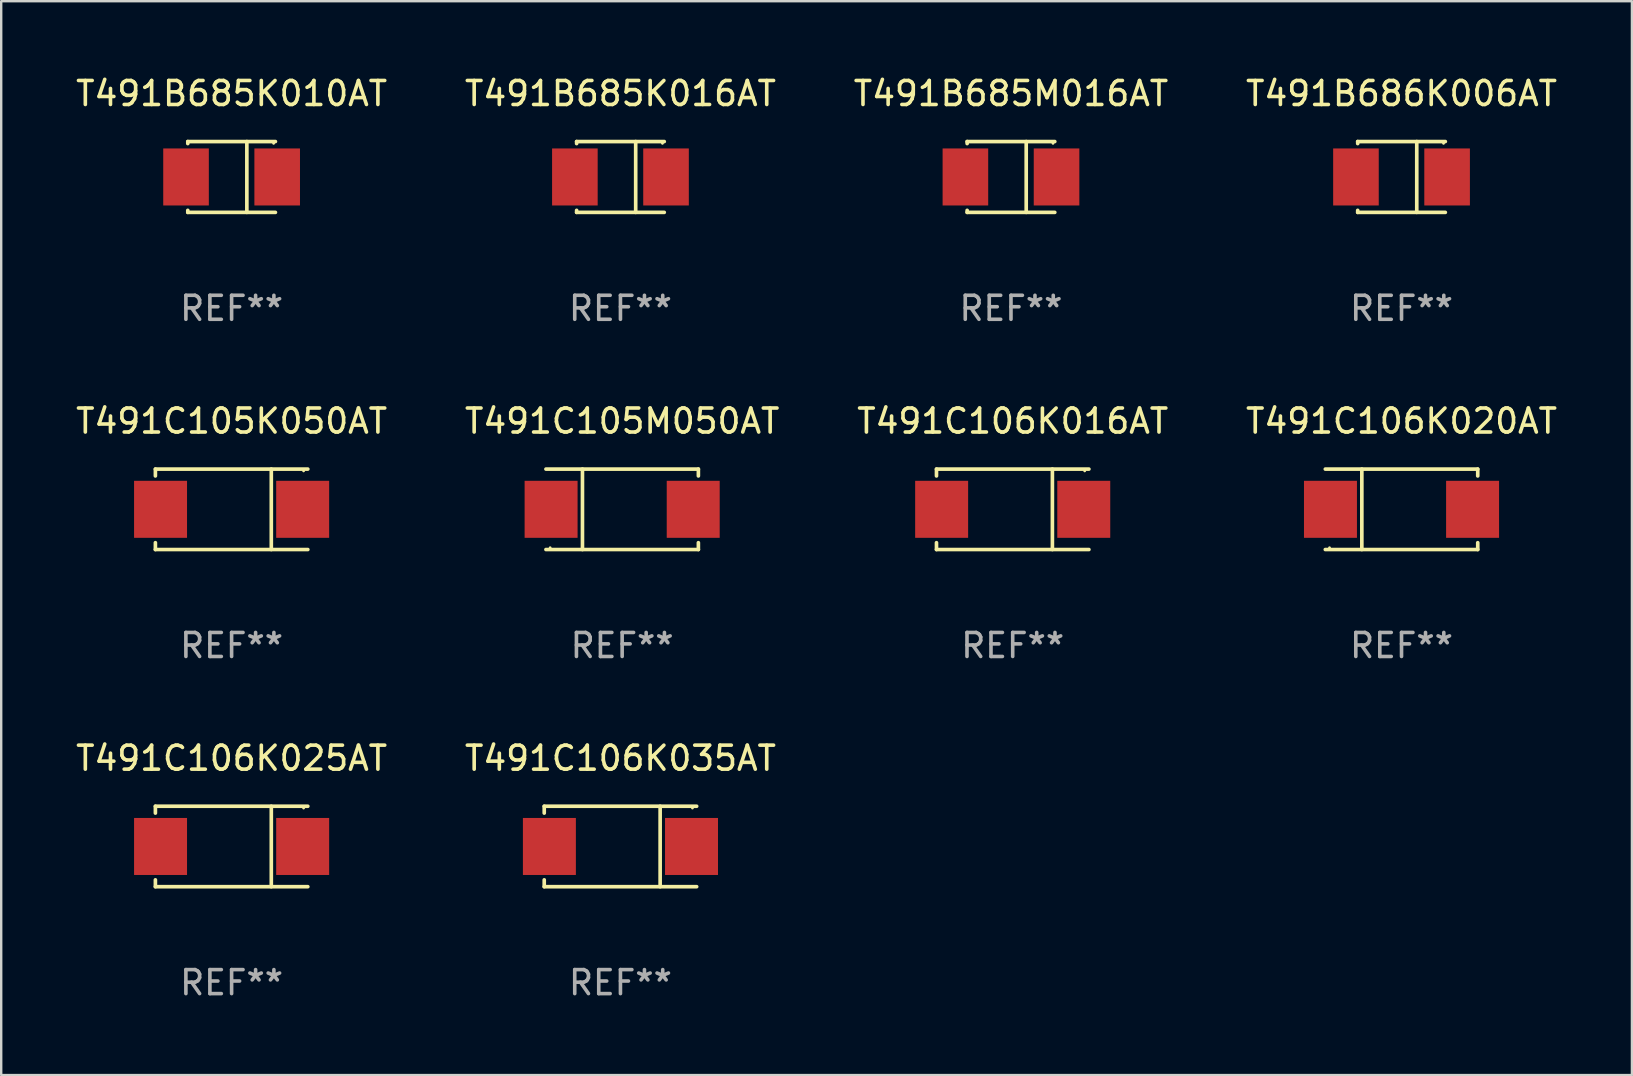
<source format=kicad_pcb>
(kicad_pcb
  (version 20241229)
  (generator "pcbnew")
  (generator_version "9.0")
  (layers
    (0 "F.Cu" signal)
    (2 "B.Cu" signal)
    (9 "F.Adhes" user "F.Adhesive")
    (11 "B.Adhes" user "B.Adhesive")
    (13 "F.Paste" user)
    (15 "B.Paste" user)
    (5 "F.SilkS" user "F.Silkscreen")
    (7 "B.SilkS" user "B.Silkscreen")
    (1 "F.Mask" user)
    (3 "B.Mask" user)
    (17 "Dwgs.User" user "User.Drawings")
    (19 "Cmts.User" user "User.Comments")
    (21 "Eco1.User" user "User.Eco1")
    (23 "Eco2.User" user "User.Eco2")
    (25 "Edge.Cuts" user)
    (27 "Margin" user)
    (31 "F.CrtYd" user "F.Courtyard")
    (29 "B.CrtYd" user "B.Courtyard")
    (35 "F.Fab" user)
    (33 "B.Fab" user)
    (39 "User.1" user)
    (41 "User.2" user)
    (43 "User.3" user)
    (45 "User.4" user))
  (footprint "T491C105M050AT"
    (layer "F.Cu")
    (at 22.875 18.173)
    (property "Reference" "T491C105M050AT" (at 0 -3.676 0) (layer "F.SilkS") (effects (font (size 1 1) (thickness 0.15))))
    (attr through_hole)
    (fp_line (start -1.654 1.676) (end -1.654 -1.676) (stroke (width 0.152) (type solid)) (layer "F.SilkS"))
    (fp_line (start 3.176 -1.676) (end -3.176 -1.676) (stroke (width 0.152) (type solid)) (layer "F.SilkS"))
    (fp_line (start 3.176 -1.676) (end 3.176 -1.391) (stroke (width 0.152) (type solid)) (layer "F.SilkS"))
    (fp_line (start 3.176 1.676) (end -3.176 1.676) (stroke (width 0.152) (type solid)) (layer "F.SilkS"))
    (fp_line (start 3.176 1.676) (end 3.176 1.391) (stroke (width 0.152) (type solid)) (layer "F.SilkS"))
    (fp_circle (center -3 1.6) (end -2.97 1.6) (stroke (width 0.06) (type solid)) (fill no) (layer "F.SilkS"))
    (fp_text user "REF**" (at 0 5.676 0) (layer "F.Fab") (effects (font (size 1 1) (thickness 0.15))))
    (pad "1" smd rect (at -2.961 -0.000051 180) (size 2.207 2.376) (layers "F.Cu" "F.Mask" "F.Paste"))
    (pad "2" smd rect (at 2.961 -0.000051 180) (size 2.207 2.376) (layers "F.Cu" "F.Mask" "F.Paste")))
  (footprint "T491B685K016AT"
    (layer "F.Cu")
    (at 22.804 4.324)
    (property "Reference" "T491B685K016AT" (at 0 -3.476 0) (layer "F.SilkS") (effects (font (size 1 1) (thickness 0.15))))
    (attr through_hole)
    (fp_line (start -1.826 -1.476) (end -1.826 -1.391) (stroke (width 0.152) (type solid)) (layer "F.SilkS"))
    (fp_line (start -1.826 -1.476) (end 1.826 -1.476) (stroke (width 0.152) (type solid)) (layer "F.SilkS"))
    (fp_line (start -1.826 1.476) (end -1.826 1.391) (stroke (width 0.152) (type solid)) (layer "F.SilkS"))
    (fp_line (start -1.826 1.476) (end 1.826 1.476) (stroke (width 0.152) (type solid)) (layer "F.SilkS"))
    (fp_line (start 0.635 -1.476) (end 0.635 1.476) (stroke (width 0.152) (type solid)) (layer "F.SilkS"))
    (fp_circle (center 1.75 -1.4) (end 1.78 -1.4) (stroke (width 0.06) (type solid)) (fill no) (layer "F.SilkS"))
    (fp_text user "REF**" (at 0 5.476 0) (layer "F.Fab") (effects (font (size 1 1) (thickness 0.15))))
    (pad "1" smd rect (at 1.899 0) (size 1.9 2.376) (layers "F.Cu" "F.Mask" "F.Paste"))
    (pad "2" smd rect (at -1.899 0) (size 1.9 2.376) (layers "F.Cu" "F.Mask" "F.Paste")))
  (footprint "T491C106K016AT"
    (layer "F.Cu")
    (at 39.149 18.173)
    (property "Reference" "T491C106K016AT" (at 0 -3.676 0) (layer "F.SilkS") (effects (font (size 1 1) (thickness 0.15))))
    (attr through_hole)
    (fp_line (start -3.176 -1.676) (end -3.176 -1.391) (stroke (width 0.152) (type solid)) (layer "F.SilkS"))
    (fp_line (start -3.176 -1.676) (end 3.176 -1.676) (stroke (width 0.152) (type solid)) (layer "F.SilkS"))
    (fp_line (start -3.176 1.676) (end -3.176 1.391) (stroke (width 0.152) (type solid)) (layer "F.SilkS"))
    (fp_line (start -3.176 1.676) (end 3.176 1.676) (stroke (width 0.152) (type solid)) (layer "F.SilkS"))
    (fp_line (start 1.654 -1.676) (end 1.654 1.676) (stroke (width 0.152) (type solid)) (layer "F.SilkS"))
    (fp_circle (center 3 -1.6) (end 3.03 -1.6) (stroke (width 0.06) (type solid)) (fill no) (layer "F.SilkS"))
    (fp_text user "REF**" (at 0 5.676 0) (layer "F.Fab") (effects (font (size 1 1) (thickness 0.15))))
    (pad "1" smd rect (at 2.961 0) (size 2.207 2.376) (layers "F.Cu" "F.Mask" "F.Paste"))
    (pad "2" smd rect (at -2.961 0) (size 2.207 2.376) (layers "F.Cu" "F.Mask" "F.Paste")))
  (footprint "T491C106K020AT"
    (layer "F.Cu")
    (at 55.351 18.173)
    (property "Reference" "T491C106K020AT" (at 0 -3.676 0) (layer "F.SilkS") (effects (font (size 1 1) (thickness 0.15))))
    (attr through_hole)
    (fp_line (start -1.654 1.676) (end -1.654 -1.676) (stroke (width 0.152) (type solid)) (layer "F.SilkS"))
    (fp_line (start 3.176 -1.676) (end -3.176 -1.676) (stroke (width 0.152) (type solid)) (layer "F.SilkS"))
    (fp_line (start 3.176 -1.676) (end 3.176 -1.391) (stroke (width 0.152) (type solid)) (layer "F.SilkS"))
    (fp_line (start 3.176 1.676) (end -3.176 1.676) (stroke (width 0.152) (type solid)) (layer "F.SilkS"))
    (fp_line (start 3.176 1.676) (end 3.176 1.391) (stroke (width 0.152) (type solid)) (layer "F.SilkS"))
    (fp_circle (center -3 1.6) (end -2.97 1.6) (stroke (width 0.06) (type solid)) (fill no) (layer "F.SilkS"))
    (fp_text user "REF**" (at 0 5.676 0) (layer "F.Fab") (effects (font (size 1 1) (thickness 0.15))))
    (pad "1" smd rect (at -2.961 -0.000051 180) (size 2.207 2.376) (layers "F.Cu" "F.Mask" "F.Paste"))
    (pad "2" smd rect (at 2.961 -0.000051 180) (size 2.207 2.376) (layers "F.Cu" "F.Mask" "F.Paste")))
  (footprint "T491C106K025AT"
    (layer "F.Cu")
    (at 6.601 32.222)
    (property "Reference" "T491C106K025AT" (at 0 -3.676 0) (layer "F.SilkS") (effects (font (size 1 1) (thickness 0.15))))
    (attr through_hole)
    (fp_line (start -3.176 -1.676) (end -3.176 -1.391) (stroke (width 0.152) (type solid)) (layer "F.SilkS"))
    (fp_line (start -3.176 -1.676) (end 3.176 -1.676) (stroke (width 0.152) (type solid)) (layer "F.SilkS"))
    (fp_line (start -3.176 1.676) (end -3.176 1.391) (stroke (width 0.152) (type solid)) (layer "F.SilkS"))
    (fp_line (start -3.176 1.676) (end 3.176 1.676) (stroke (width 0.152) (type solid)) (layer "F.SilkS"))
    (fp_line (start 1.654 -1.676) (end 1.654 1.676) (stroke (width 0.152) (type solid)) (layer "F.SilkS"))
    (fp_circle (center 3 -1.6) (end 3.03 -1.6) (stroke (width 0.06) (type solid)) (fill no) (layer "F.SilkS"))
    (fp_text user "REF**" (at 0 5.676 0) (layer "F.Fab") (effects (font (size 1 1) (thickness 0.15))))
    (pad "1" smd rect (at 2.961 0) (size 2.207 2.376) (layers "F.Cu" "F.Mask" "F.Paste"))
    (pad "2" smd rect (at -2.961 0) (size 2.207 2.376) (layers "F.Cu" "F.Mask" "F.Paste")))
  (footprint "T491B685K010AT"
    (layer "F.Cu")
    (at 6.601 4.324)
    (property "Reference" "T491B685K010AT" (at 0 -3.476 0) (layer "F.SilkS") (effects (font (size 1 1) (thickness 0.15))))
    (attr through_hole)
    (fp_line (start -1.826 -1.476) (end -1.826 -1.391) (stroke (width 0.152) (type solid)) (layer "F.SilkS"))
    (fp_line (start -1.826 -1.476) (end 1.826 -1.476) (stroke (width 0.152) (type solid)) (layer "F.SilkS"))
    (fp_line (start -1.826 1.476) (end -1.826 1.391) (stroke (width 0.152) (type solid)) (layer "F.SilkS"))
    (fp_line (start -1.826 1.476) (end 1.826 1.476) (stroke (width 0.152) (type solid)) (layer "F.SilkS"))
    (fp_line (start 0.635 -1.476) (end 0.635 1.476) (stroke (width 0.152) (type solid)) (layer "F.SilkS"))
    (fp_circle (center 1.75 -1.4) (end 1.78 -1.4) (stroke (width 0.06) (type solid)) (fill no) (layer "F.SilkS"))
    (fp_text user "REF**" (at 0 5.476 0) (layer "F.Fab") (effects (font (size 1 1) (thickness 0.15))))
    (pad "1" smd rect (at 1.899 0) (size 1.9 2.376) (layers "F.Cu" "F.Mask" "F.Paste"))
    (pad "2" smd rect (at -1.899 0) (size 1.9 2.376) (layers "F.Cu" "F.Mask" "F.Paste")))
  (footprint "T491C106K035AT"
    (layer "F.Cu")
    (at 22.804 32.222)
    (property "Reference" "T491C106K035AT" (at 0 -3.676 0) (layer "F.SilkS") (effects (font (size 1 1) (thickness 0.15))))
    (attr through_hole)
    (fp_line (start -3.176 -1.676) (end -3.176 -1.391) (stroke (width 0.152) (type solid)) (layer "F.SilkS"))
    (fp_line (start -3.176 -1.676) (end 3.176 -1.676) (stroke (width 0.152) (type solid)) (layer "F.SilkS"))
    (fp_line (start -3.176 1.676) (end -3.176 1.391) (stroke (width 0.152) (type solid)) (layer "F.SilkS"))
    (fp_line (start -3.176 1.676) (end 3.176 1.676) (stroke (width 0.152) (type solid)) (layer "F.SilkS"))
    (fp_line (start 1.654 -1.676) (end 1.654 1.676) (stroke (width 0.152) (type solid)) (layer "F.SilkS"))
    (fp_circle (center 3 -1.6) (end 3.03 -1.6) (stroke (width 0.06) (type solid)) (fill no) (layer "F.SilkS"))
    (fp_text user "REF**" (at 0 5.676 0) (layer "F.Fab") (effects (font (size 1 1) (thickness 0.15))))
    (pad "1" smd rect (at 2.961 0) (size 2.207 2.376) (layers "F.Cu" "F.Mask" "F.Paste"))
    (pad "2" smd rect (at -2.961 0) (size 2.207 2.376) (layers "F.Cu" "F.Mask" "F.Paste")))
  (footprint "T491B686K006AT"
    (layer "F.Cu")
    (at 55.351 4.324)
    (property "Reference" "T491B686K006AT" (at 0 -3.476 0) (layer "F.SilkS") (effects (font (size 1 1) (thickness 0.15))))
    (attr through_hole)
    (fp_line (start -1.826 -1.476) (end -1.826 -1.391) (stroke (width 0.152) (type solid)) (layer "F.SilkS"))
    (fp_line (start -1.826 -1.476) (end 1.826 -1.476) (stroke (width 0.152) (type solid)) (layer "F.SilkS"))
    (fp_line (start -1.826 1.476) (end -1.826 1.391) (stroke (width 0.152) (type solid)) (layer "F.SilkS"))
    (fp_line (start -1.826 1.476) (end 1.826 1.476) (stroke (width 0.152) (type solid)) (layer "F.SilkS"))
    (fp_line (start 0.635 -1.476) (end 0.635 1.476) (stroke (width 0.152) (type solid)) (layer "F.SilkS"))
    (fp_circle (center 1.75 -1.4) (end 1.78 -1.4) (stroke (width 0.06) (type solid)) (fill no) (layer "F.SilkS"))
    (fp_text user "REF**" (at 0 5.476 0) (layer "F.Fab") (effects (font (size 1 1) (thickness 0.15))))
    (pad "1" smd rect (at 1.899 0) (size 1.9 2.376) (layers "F.Cu" "F.Mask" "F.Paste"))
    (pad "2" smd rect (at -1.899 0) (size 1.9 2.376) (layers "F.Cu" "F.Mask" "F.Paste")))
  (footprint "T491B685M016AT"
    (layer "F.Cu")
    (at 39.077 4.324)
    (property "Reference" "T491B685M016AT" (at 0 -3.476 0) (layer "F.SilkS") (effects (font (size 1 1) (thickness 0.15))))
    (attr through_hole)
    (fp_line (start -1.826 -1.476) (end -1.826 -1.391) (stroke (width 0.152) (type solid)) (layer "F.SilkS"))
    (fp_line (start -1.826 -1.476) (end 1.826 -1.476) (stroke (width 0.152) (type solid)) (layer "F.SilkS"))
    (fp_line (start -1.826 1.476) (end -1.826 1.391) (stroke (width 0.152) (type solid)) (layer "F.SilkS"))
    (fp_line (start -1.826 1.476) (end 1.826 1.476) (stroke (width 0.152) (type solid)) (layer "F.SilkS"))
    (fp_line (start 0.635 -1.476) (end 0.635 1.476) (stroke (width 0.152) (type solid)) (layer "F.SilkS"))
    (fp_circle (center 1.75 -1.4) (end 1.78 -1.4) (stroke (width 0.06) (type solid)) (fill no) (layer "F.SilkS"))
    (fp_text user "REF**" (at 0 5.476 0) (layer "F.Fab") (effects (font (size 1 1) (thickness 0.15))))
    (pad "1" smd rect (at 1.899 0) (size 1.9 2.376) (layers "F.Cu" "F.Mask" "F.Paste"))
    (pad "2" smd rect (at -1.899 0) (size 1.9 2.376) (layers "F.Cu" "F.Mask" "F.Paste")))
  (footprint "T491C105K050AT"
    (layer "F.Cu")
    (at 6.601 18.173)
    (property "Reference" "T491C105K050AT" (at 0 -3.676 0) (layer "F.SilkS") (effects (font (size 1 1) (thickness 0.15))))
    (attr through_hole)
    (fp_line (start -3.176 -1.676) (end -3.176 -1.391) (stroke (width 0.152) (type solid)) (layer "F.SilkS"))
    (fp_line (start -3.176 -1.676) (end 3.176 -1.676) (stroke (width 0.152) (type solid)) (layer "F.SilkS"))
    (fp_line (start -3.176 1.676) (end -3.176 1.391) (stroke (width 0.152) (type solid)) (layer "F.SilkS"))
    (fp_line (start -3.176 1.676) (end 3.176 1.676) (stroke (width 0.152) (type solid)) (layer "F.SilkS"))
    (fp_line (start 1.654 -1.676) (end 1.654 1.676) (stroke (width 0.152) (type solid)) (layer "F.SilkS"))
    (fp_circle (center 3 -1.6) (end 3.03 -1.6) (stroke (width 0.06) (type solid)) (fill no) (layer "F.SilkS"))
    (fp_text user "REF**" (at 0 5.676 0) (layer "F.Fab") (effects (font (size 1 1) (thickness 0.15))))
    (pad "1" smd rect (at 2.961 0) (size 2.207 2.376) (layers "F.Cu" "F.Mask" "F.Paste"))
    (pad "2" smd rect (at -2.961 0) (size 2.207 2.376) (layers "F.Cu" "F.Mask" "F.Paste")))
  (gr_rect
    (start -3 -3)
    (end 64.952 41.747)
    (stroke (width 0.1) (type default))
    (fill no)
    (layer "Edge.Cuts")))
</source>
